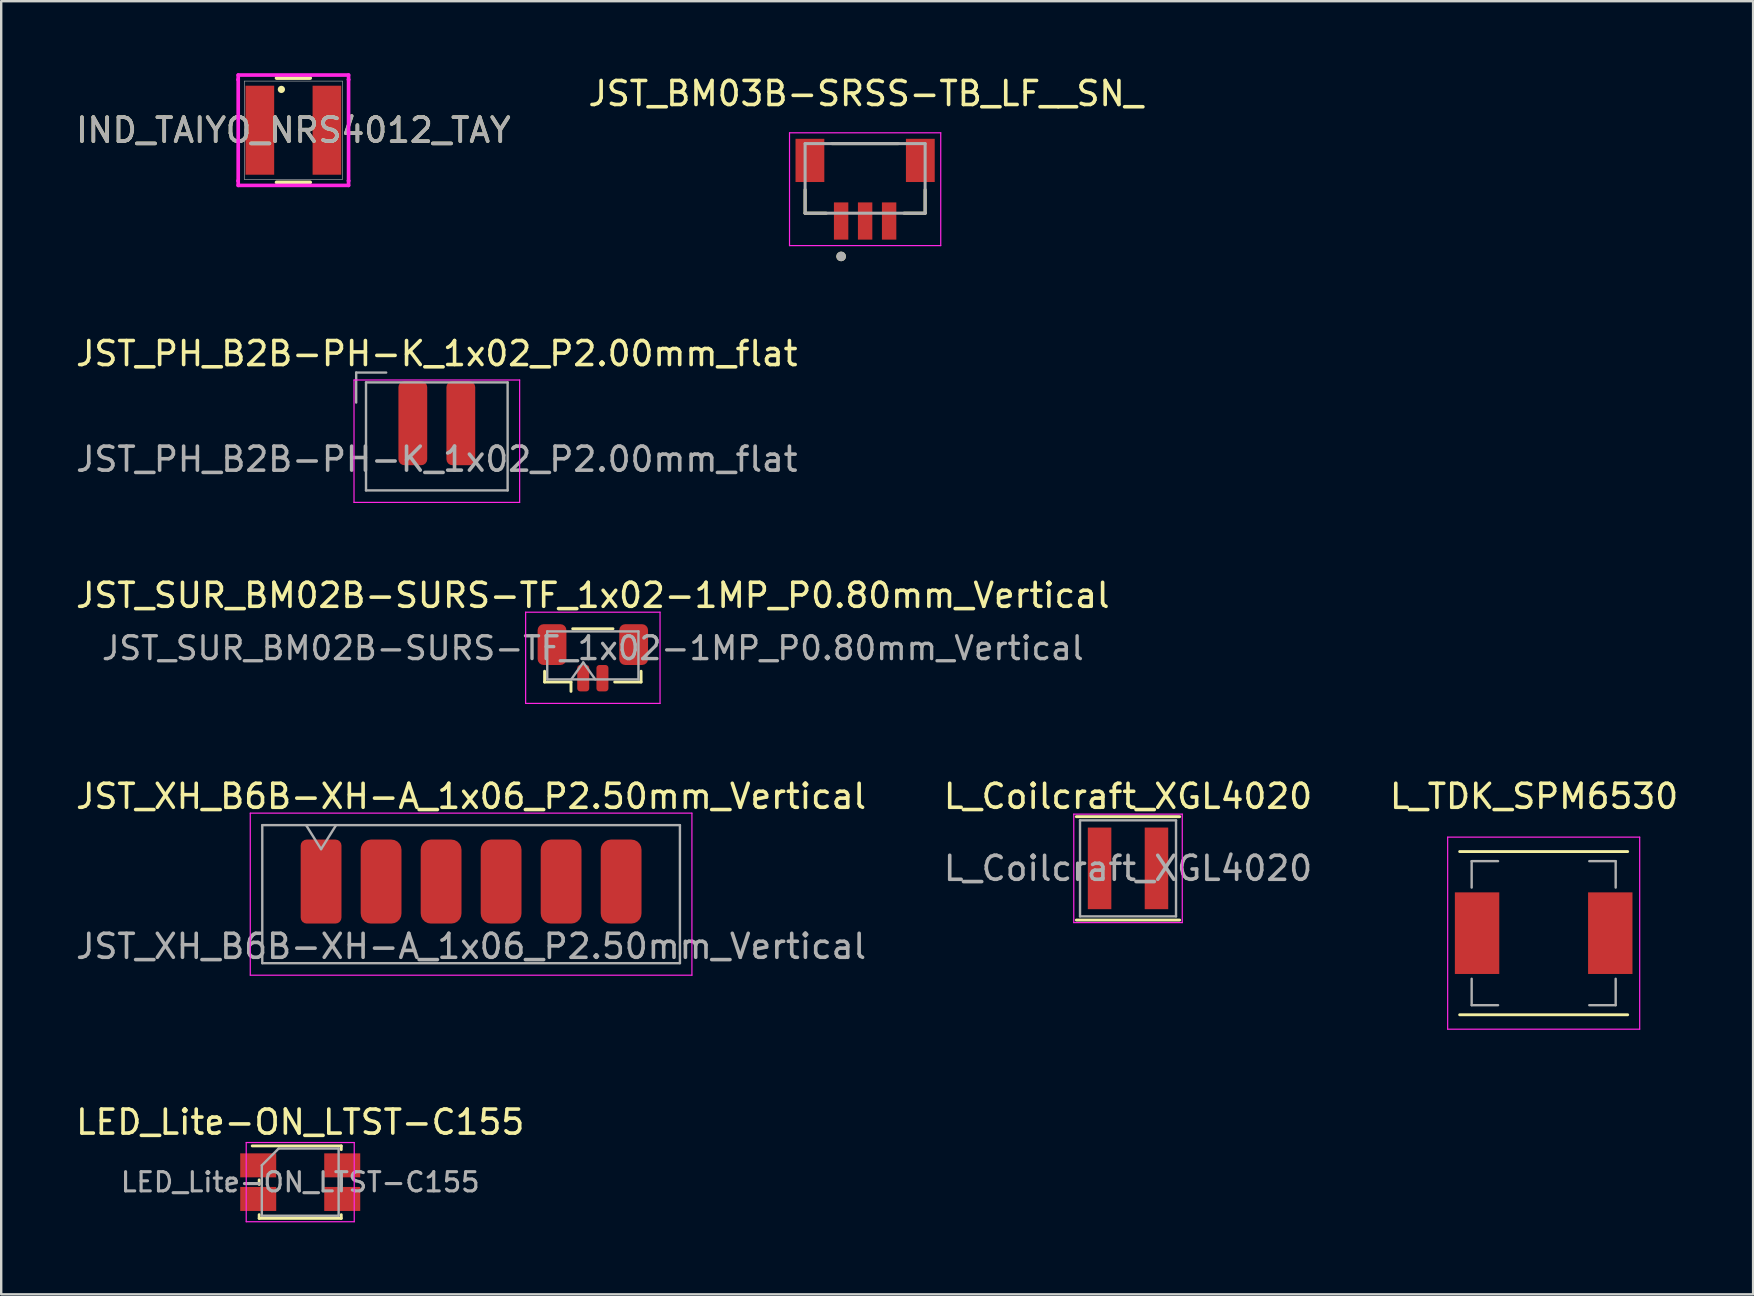
<source format=kicad_pcb>
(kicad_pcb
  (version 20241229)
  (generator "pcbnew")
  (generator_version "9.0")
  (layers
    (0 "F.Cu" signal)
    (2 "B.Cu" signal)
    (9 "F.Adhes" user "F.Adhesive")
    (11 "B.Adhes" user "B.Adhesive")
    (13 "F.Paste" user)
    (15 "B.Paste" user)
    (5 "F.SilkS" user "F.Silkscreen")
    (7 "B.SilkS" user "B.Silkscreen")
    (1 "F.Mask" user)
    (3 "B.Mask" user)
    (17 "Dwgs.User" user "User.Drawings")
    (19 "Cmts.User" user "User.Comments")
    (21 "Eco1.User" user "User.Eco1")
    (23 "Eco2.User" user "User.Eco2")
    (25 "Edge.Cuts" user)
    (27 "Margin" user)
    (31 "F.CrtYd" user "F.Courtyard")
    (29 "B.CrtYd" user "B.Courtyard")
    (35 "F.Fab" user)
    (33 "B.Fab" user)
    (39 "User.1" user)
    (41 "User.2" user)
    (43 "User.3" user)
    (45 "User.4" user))
  (footprint "L_TDK_SPM6530"
    (layer "F.Cu")
    (at 61.263 35.828)
    (property "Reference" "L_TDK_SPM6530" (at -0.4 -5.7 0) (unlocked yes) (layer "F.SilkS") (effects (font (size 1 1) (thickness 0.15))))
    (attr smd)
    (fp_line (start -3.5 -3.4) (end 3.5 -3.4) (stroke (width 0.12) (type solid)) (layer "F.SilkS"))
    (fp_line (start -3.5 3.4) (end 3.5 3.4) (stroke (width 0.12) (type solid)) (layer "F.SilkS"))
    (fp_line (start -4 -4) (end -4 4) (stroke (width 0.05) (type solid)) (layer "F.CrtYd"))
    (fp_line (start -4 4) (end 4 4) (stroke (width 0.05) (type solid)) (layer "F.CrtYd"))
    (fp_line (start 4 -4) (end -4 -4) (stroke (width 0.05) (type solid)) (layer "F.CrtYd"))
    (fp_line (start 4 4) (end 4 -4) (stroke (width 0.05) (type solid)) (layer "F.CrtYd"))
    (fp_line (start -3 -3) (end -1.9 -3) (stroke (width 0.1) (type solid)) (layer "F.Fab"))
    (fp_line (start -3 -1.9) (end -3 -3) (stroke (width 0.1) (type solid)) (layer "F.Fab"))
    (fp_line (start -3 1.9) (end -3 3) (stroke (width 0.1) (type solid)) (layer "F.Fab"))
    (fp_line (start -3 3) (end -1.9 3) (stroke (width 0.1) (type solid)) (layer "F.Fab"))
    (fp_line (start 3 -3) (end 1.9 -3) (stroke (width 0.1) (type solid)) (layer "F.Fab"))
    (fp_line (start 3 -3) (end 3 -1.9) (stroke (width 0.1) (type solid)) (layer "F.Fab"))
    (fp_line (start 3 1.9) (end 3 3) (stroke (width 0.1) (type solid)) (layer "F.Fab"))
    (fp_line (start 3 3) (end 1.9 3) (stroke (width 0.1) (type solid)) (layer "F.Fab"))
    (pad "1" smd rect (at -2.775 0) (size 1.85 3.4) (layers "F.Cu" "F.Mask" "F.Paste"))
    (pad "2" smd rect (at 2.775 0) (size 1.85 3.4) (layers "F.Cu" "F.Mask" "F.Paste")))
  (footprint "L_Coilcraft_XGL4020"
    (layer "F.Cu")
    (at 43.946 33.128)
    (property "Reference" "L_Coilcraft_XGL4020" (at 0 -3 0) (layer "F.SilkS") (effects (font (size 1 1) (thickness 0.15))))
    (attr smd)
    (fp_line (start -2.154 -2.154) (end 2.154 -2.154) (stroke (width 0.12) (type solid)) (layer "F.SilkS"))
    (fp_line (start 2.154 2.154) (end -2.154 2.154) (stroke (width 0.12) (type solid)) (layer "F.SilkS"))
    (fp_line (start -2.26 -2.26) (end 2.26 -2.26) (stroke (width 0.05) (type solid)) (layer "F.CrtYd"))
    (fp_line (start -2.26 2.26) (end -2.26 -2.26) (stroke (width 0.05) (type solid)) (layer "F.CrtYd"))
    (fp_line (start 2.26 -2.26) (end 2.26 2.26) (stroke (width 0.05) (type solid)) (layer "F.CrtYd"))
    (fp_line (start 2.26 2.26) (end -2.26 2.26) (stroke (width 0.05) (type solid)) (layer "F.CrtYd"))
    (fp_line (start -2 -2) (end 2 -2) (stroke (width 0.1) (type solid)) (layer "F.Fab"))
    (fp_line (start -2 2) (end -2 -2) (stroke (width 0.1) (type solid)) (layer "F.Fab"))
    (fp_line (start 2 -2) (end 2 2) (stroke (width 0.1) (type solid)) (layer "F.Fab"))
    (fp_line (start 2 2) (end -2 2) (stroke (width 0.1) (type solid)) (layer "F.Fab"))
    (fp_text user "${REFERENCE}" (at 0 0 0) (layer "F.Fab") (effects (font (size 1 1) (thickness 0.15))))
    (pad "1" smd rect (at -1.185 0) (size 0.98 3.4) (layers "F.Cu" "F.Mask" "F.Paste"))
    (pad "2" smd rect (at 1.185 0) (size 0.98 3.4) (layers "F.Cu" "F.Mask" "F.Paste")))
  (footprint "JST_BM03B-SRSS-TB_LF__SN_"
    (layer "F.Cu")
    (at 32.993 4.383)
    (property "Reference" "JST_BM03B-SRSS-TB_LF__SN_" (at 0.025 -3.535 0) (layer "F.SilkS") (effects (font (size 1 1) (thickness 0.15))))
    (attr smd)
    (fp_line (start -2.5 1.45) (end -2.5 0.47) (stroke (width 0.127) (type solid)) (layer "F.SilkS"))
    (fp_line (start -1.62 1.45) (end -2.5 1.45) (stroke (width 0.127) (type solid)) (layer "F.SilkS"))
    (fp_line (start -1.38 -1.45) (end 1.38 -1.45) (stroke (width 0.127) (type solid)) (layer "F.SilkS"))
    (fp_line (start 2.5 1.45) (end 1.62 1.45) (stroke (width 0.127) (type solid)) (layer "F.SilkS"))
    (fp_line (start 2.5 1.45) (end 2.5 0.47) (stroke (width 0.127) (type solid)) (layer "F.SilkS"))
    (fp_circle (center -1 3.25) (end -0.9 3.25) (stroke (width 0.2) (type solid)) (fill no) (layer "F.SilkS"))
    (fp_line (start -3.15 -1.9) (end -3.15 2.8) (stroke (width 0.05) (type solid)) (layer "F.CrtYd"))
    (fp_line (start -3.15 2.8) (end 3.15 2.8) (stroke (width 0.05) (type solid)) (layer "F.CrtYd"))
    (fp_line (start 3.15 -1.9) (end -3.15 -1.9) (stroke (width 0.05) (type solid)) (layer "F.CrtYd"))
    (fp_line (start 3.15 2.8) (end 3.15 -1.9) (stroke (width 0.05) (type solid)) (layer "F.CrtYd"))
    (fp_line (start -2.5 -1.45) (end 2.5 -1.45) (stroke (width 0.127) (type solid)) (layer "F.Fab"))
    (fp_line (start -2.5 1.45) (end -2.5 -1.45) (stroke (width 0.127) (type solid)) (layer "F.Fab"))
    (fp_line (start 2.5 -1.45) (end 2.5 1.45) (stroke (width 0.127) (type solid)) (layer "F.Fab"))
    (fp_line (start 2.5 1.45) (end -2.5 1.45) (stroke (width 0.127) (type solid)) (layer "F.Fab"))
    (fp_circle (center -1 3.25) (end -0.9 3.25) (stroke (width 0.2) (type solid)) (fill no) (layer "F.Fab"))
    (pad "1" smd rect (at -1 1.775) (size 0.6 1.55) (layers "F.Cu" "F.Mask" "F.Paste"))
    (pad "2" smd rect (at 0 1.775) (size 0.6 1.55) (layers "F.Cu" "F.Mask" "F.Paste"))
    (pad "3" smd rect (at 1 1.775) (size 0.6 1.55) (layers "F.Cu" "F.Mask" "F.Paste"))
    (pad "S1" smd rect (at -2.3 -0.75) (size 1.2 1.8) (layers "F.Cu" "F.Mask" "F.Paste"))
    (pad "S2" smd rect (at 2.3 -0.75) (size 1.2 1.8) (layers "F.Cu" "F.Mask" "F.Paste")))
  (footprint "LED_Lite-ON_LTST-C155"
    (layer "F.Cu")
    (at 9.458 46.201)
    (property "Reference" "LED_Lite-ON_LTST-C155" (at 0 -2.5 0) (layer "F.SilkS") (effects (font (size 1 1) (thickness 0.15))))
    (attr smd)
    (fp_line (start -2 -1.51) (end 1.71 -1.51) (stroke (width 0.12) (type solid)) (layer "F.SilkS"))
    (fp_line (start -1.71 -0.095) (end -1.71 0.095) (stroke (width 0.12) (type solid)) (layer "F.SilkS"))
    (fp_line (start -1.71 1.355) (end -1.71 1.51) (stroke (width 0.12) (type solid)) (layer "F.SilkS"))
    (fp_line (start -1.71 1.51) (end 1.71 1.51) (stroke (width 0.12) (type solid)) (layer "F.SilkS"))
    (fp_line (start 1.71 -1.355) (end 1.71 -1.51) (stroke (width 0.12) (type solid)) (layer "F.SilkS"))
    (fp_line (start 1.71 -0.095) (end 1.71 0.095) (stroke (width 0.12) (type solid)) (layer "F.SilkS"))
    (fp_line (start 1.71 1.355) (end 1.71 1.51) (stroke (width 0.12) (type solid)) (layer "F.SilkS"))
    (fp_line (start -2.25 -1.65) (end -2.25 1.65) (stroke (width 0.05) (type solid)) (layer "F.CrtYd"))
    (fp_line (start -2.25 -1.65) (end 2.25 -1.65) (stroke (width 0.05) (type solid)) (layer "F.CrtYd"))
    (fp_line (start -2.25 1.65) (end 2.25 1.65) (stroke (width 0.05) (type solid)) (layer "F.CrtYd"))
    (fp_line (start 2.25 -1.65) (end 2.25 1.65) (stroke (width 0.05) (type solid)) (layer "F.CrtYd"))
    (fp_line (start -1.6 1.4) (end -1.6 -0.7) (stroke (width 0.1) (type solid)) (layer "F.Fab"))
    (fp_line (start -0.9 -1.4) (end -1.6 -0.7) (stroke (width 0.1) (type solid)) (layer "F.Fab"))
    (fp_line (start -0.9 -1.4) (end 1.6 -1.4) (stroke (width 0.1) (type solid)) (layer "F.Fab"))
    (fp_line (start 1.6 -1.4) (end 1.6 1.4) (stroke (width 0.1) (type solid)) (layer "F.Fab"))
    (fp_line (start 1.6 1.4) (end -1.6 1.4) (stroke (width 0.1) (type solid)) (layer "F.Fab"))
    (fp_text user "${REFERENCE}" (at 0 0 0) (layer "F.Fab") (effects (font (size 0.8 0.8) (thickness 0.13))))
    (fp_text user "G" (at 0 -0.7 0) (unlocked yes) (layer "User.1") (effects (font (size 1 1) (thickness 0.15))))
    (fp_text user "R" (at 0 0.8 0) (unlocked yes) (layer "User.1") (effects (font (size 1 1) (thickness 0.15))))
    (pad "1" smd rect (at -1.75 -0.7) (size 1.5 1) (layers "F.Cu" "F.Mask" "F.Paste"))
    (pad "2" smd rect (at -1.75 0.7) (size 1.5 1) (layers "F.Cu" "F.Mask" "F.Paste"))
    (pad "3" smd rect (at 1.75 -0.7) (size 1.5 1) (layers "F.Cu" "F.Mask" "F.Paste"))
    (pad "4" smd rect (at 1.75 0.7) (size 1.5 1) (layers "F.Cu" "F.Mask" "F.Paste")))
  (footprint "IND_TAIYO_NRS4012_TAY"
    (layer "F.Cu")
    (at 9.173 2.375)
    (property "Reference" "IND_TAIYO_NRS4012_TAY" (at 0 0 0) (unlocked yes) (layer "F.SilkS") (effects (font (size 1 1) (thickness 0.15))))
    (attr smd)
    (fp_line (start -0.701 2.172) (end 0.701 2.172) (stroke (width 0.152) (type solid)) (layer "F.SilkS"))
    (fp_line (start 0.701 -2.172) (end -0.701 -2.172) (stroke (width 0.152) (type solid)) (layer "F.SilkS"))
    (fp_circle (center -0.5 -1.7) (end -0.424 -1.7) (stroke (width 0.152) (type solid)) (fill no) (layer "F.SilkS"))
    (fp_line (start -2.299 -2.299) (end 2.299 -2.299) (stroke (width 0.152) (type solid)) (layer "F.CrtYd"))
    (fp_line (start -2.299 -2.108) (end -2.299 -2.299) (stroke (width 0.152) (type solid)) (layer "F.CrtYd"))
    (fp_line (start -2.299 -2.108) (end -2.299 -2.108) (stroke (width 0.152) (type solid)) (layer "F.CrtYd"))
    (fp_line (start -2.299 2.108) (end -2.299 -2.108) (stroke (width 0.152) (type solid)) (layer "F.CrtYd"))
    (fp_line (start -2.299 2.108) (end -2.299 2.108) (stroke (width 0.152) (type solid)) (layer "F.CrtYd"))
    (fp_line (start -2.299 2.299) (end -2.299 2.108) (stroke (width 0.152) (type solid)) (layer "F.CrtYd"))
    (fp_line (start 2.299 -2.299) (end 2.299 -2.108) (stroke (width 0.152) (type solid)) (layer "F.CrtYd"))
    (fp_line (start 2.299 -2.108) (end 2.299 -2.108) (stroke (width 0.152) (type solid)) (layer "F.CrtYd"))
    (fp_line (start 2.299 -2.108) (end 2.299 2.108) (stroke (width 0.152) (type solid)) (layer "F.CrtYd"))
    (fp_line (start 2.299 2.108) (end 2.299 2.108) (stroke (width 0.152) (type solid)) (layer "F.CrtYd"))
    (fp_line (start 2.299 2.108) (end 2.299 2.299) (stroke (width 0.152) (type solid)) (layer "F.CrtYd"))
    (fp_line (start 2.299 2.299) (end -2.299 2.299) (stroke (width 0.152) (type solid)) (layer "F.CrtYd"))
    (fp_line (start -2.045 -2.045) (end -2.045 2.045) (stroke (width 0.025) (type solid)) (layer "F.Fab"))
    (fp_line (start -2.045 2.045) (end 2.045 2.045) (stroke (width 0.025) (type solid)) (layer "F.Fab"))
    (fp_line (start 2.045 -2.045) (end -2.045 -2.045) (stroke (width 0.025) (type solid)) (layer "F.Fab"))
    (fp_line (start 2.045 2.045) (end 2.045 -2.045) (stroke (width 0.025) (type solid)) (layer "F.Fab"))
    (fp_circle (center -1.968 0) (end -1.892 0) (stroke (width 0.025) (type solid)) (fill no) (layer "F.Fab"))
    (fp_text user "${REFERENCE}" (at 0 0 0) (unlocked yes) (layer "F.Fab") (effects (font (size 1 1) (thickness 0.15))))
    (pad "1" smd rect (at -1.397 0) (size 1.194 3.708) (layers "F.Cu" "F.Mask" "F.Paste"))
    (pad "2" smd rect (at 1.397 0) (size 1.194 3.708) (layers "F.Cu" "F.Mask" "F.Paste")))
  (footprint "JST_XH_B6B-XH-A_1x06_P2.50mm_Vertical"
    (layer "F.Cu")
    (at 10.327 33.678)
    (property "Reference" "JST_XH_B6B-XH-A_1x06_P2.50mm_Vertical" (at 6.25 -3.55 0) (layer "F.SilkS") (effects (font (size 1 1) (thickness 0.15))))
    (attr through_hole)
    (fp_line (start -2.95 -2.85) (end -2.95 3.9) (stroke (width 0.05) (type solid)) (layer "F.CrtYd"))
    (fp_line (start -2.95 3.9) (end 15.45 3.9) (stroke (width 0.05) (type solid)) (layer "F.CrtYd"))
    (fp_line (start 15.45 -2.85) (end -2.95 -2.85) (stroke (width 0.05) (type solid)) (layer "F.CrtYd"))
    (fp_line (start 15.45 3.9) (end 15.45 -2.85) (stroke (width 0.05) (type solid)) (layer "F.CrtYd"))
    (fp_line (start -2.45 -2.35) (end -2.45 3.4) (stroke (width 0.1) (type solid)) (layer "F.Fab"))
    (fp_line (start -2.45 3.4) (end 14.95 3.4) (stroke (width 0.1) (type solid)) (layer "F.Fab"))
    (fp_line (start -0.625 -2.35) (end 0 -1.35) (stroke (width 0.1) (type solid)) (layer "F.Fab"))
    (fp_line (start 0 -1.35) (end 0.625 -2.35) (stroke (width 0.1) (type solid)) (layer "F.Fab"))
    (fp_line (start 14.95 -2.35) (end -2.45 -2.35) (stroke (width 0.1) (type solid)) (layer "F.Fab"))
    (fp_line (start 14.95 3.4) (end 14.95 -2.35) (stroke (width 0.1) (type solid)) (layer "F.Fab"))
    (fp_text user "${REFERENCE}" (at 6.25 2.7 0) (layer "F.Fab") (effects (font (size 1 1) (thickness 0.15))))
    (pad "1" smd roundrect (at 0 0) (size 1.7 3.5) (layers "F.Cu" "F.Mask" "F.Paste") (roundrect_rratio 0.147))
    (pad "2" smd roundrect (at 2.5 0) (size 1.7 3.5) (layers "F.Cu" "F.Mask" "F.Paste") (roundrect_rratio 0.25))
    (pad "3" smd roundrect (at 5 0) (size 1.7 3.5) (layers "F.Cu" "F.Mask" "F.Paste") (roundrect_rratio 0.25))
    (pad "4" smd roundrect (at 7.5 0) (size 1.7 3.5) (layers "F.Cu" "F.Mask" "F.Paste") (roundrect_rratio 0.25))
    (pad "5" smd roundrect (at 10 0) (size 1.7 3.5) (layers "F.Cu" "F.Mask" "F.Paste") (roundrect_rratio 0.25))
    (pad "6" smd roundrect (at 12.5 0) (size 1.7 3.5) (layers "F.Cu" "F.Mask" "F.Paste") (roundrect_rratio 0.25)))
  (footprint "JST_PH_B2B-PH-K_1x02_P2.00mm_flat"
    (layer "F.Cu")
    (at 14.149 14.582)
    (property "Reference" "JST_PH_B2B-PH-K_1x02_P2.00mm_flat" (at 1 -2.9 0) (layer "F.SilkS") (effects (font (size 1 1) (thickness 0.15))))
    (attr through_hole)
    (fp_line (start -2.45 -1.8) (end -2.45 3.3) (stroke (width 0.05) (type solid)) (layer "F.CrtYd"))
    (fp_line (start -2.45 3.3) (end 4.45 3.3) (stroke (width 0.05) (type solid)) (layer "F.CrtYd"))
    (fp_line (start 4.45 -1.8) (end -2.45 -1.8) (stroke (width 0.05) (type solid)) (layer "F.CrtYd"))
    (fp_line (start 4.45 3.3) (end 4.45 -1.8) (stroke (width 0.05) (type solid)) (layer "F.CrtYd"))
    (fp_line (start -2.36 -2.11) (end -2.36 -0.86) (stroke (width 0.1) (type solid)) (layer "F.Fab"))
    (fp_line (start -1.95 -1.7) (end -1.95 2.8) (stroke (width 0.1) (type solid)) (layer "F.Fab"))
    (fp_line (start -1.95 2.8) (end 3.95 2.8) (stroke (width 0.1) (type solid)) (layer "F.Fab"))
    (fp_line (start -1.11 -2.11) (end -2.36 -2.11) (stroke (width 0.1) (type solid)) (layer "F.Fab"))
    (fp_line (start 3.95 -1.7) (end -1.95 -1.7) (stroke (width 0.1) (type solid)) (layer "F.Fab"))
    (fp_line (start 3.95 2.8) (end 3.95 -1.7) (stroke (width 0.1) (type solid)) (layer "F.Fab"))
    (fp_text user "${REFERENCE}" (at 1 1.5 0) (layer "F.Fab") (effects (font (size 1 1) (thickness 0.15))))
    (pad "1" smd roundrect (at 0 0) (size 1.2 3.5) (layers "F.Cu" "F.Mask" "F.Paste") (roundrect_rratio 0.208))
    (pad "2" smd roundrect (at 2 0) (size 1.2 3.5) (layers "F.Cu" "F.Mask" "F.Paste") (roundrect_rratio 0.208)))
  (footprint "JST_SUR_BM02B-SURS-TF_1x02-1MP_P0.80mm_Vertical"
    (layer "F.Cu")
    (at 21.649 24.355)
    (property "Reference" "JST_SUR_BM02B-SURS-TF_1x02-1MP_P0.80mm_Vertical" (at 0 -2.6 0) (layer "F.SilkS") (effects (font (size 1 1) (thickness 0.15))))
    (attr smd)
    (fp_line (start -2.01 0.56) (end -2.01 1.01) (stroke (width 0.12) (type solid)) (layer "F.SilkS"))
    (fp_line (start -2.01 1.01) (end -0.91 1.01) (stroke (width 0.12) (type solid)) (layer "F.SilkS"))
    (fp_line (start -0.91 1.01) (end -0.91 1.4) (stroke (width 0.12) (type solid)) (layer "F.SilkS"))
    (fp_line (start -0.84 -1.21) (end 0.84 -1.21) (stroke (width 0.12) (type solid)) (layer "F.SilkS"))
    (fp_line (start 2.01 0.56) (end 2.01 1.01) (stroke (width 0.12) (type solid)) (layer "F.SilkS"))
    (fp_line (start 2.01 1.01) (end 0.91 1.01) (stroke (width 0.12) (type solid)) (layer "F.SilkS"))
    (fp_line (start -2.8 -1.9) (end -2.8 1.9) (stroke (width 0.05) (type solid)) (layer "F.CrtYd"))
    (fp_line (start -2.8 1.9) (end 2.8 1.9) (stroke (width 0.05) (type solid)) (layer "F.CrtYd"))
    (fp_line (start 2.8 -1.9) (end -2.8 -1.9) (stroke (width 0.05) (type solid)) (layer "F.CrtYd"))
    (fp_line (start 2.8 1.9) (end 2.8 -1.9) (stroke (width 0.05) (type solid)) (layer "F.CrtYd"))
    (fp_line (start -1.9 -1.1) (end 1.9 -1.1) (stroke (width 0.1) (type solid)) (layer "F.Fab"))
    (fp_line (start -1.9 0.9) (end -1.9 -1.1) (stroke (width 0.1) (type solid)) (layer "F.Fab"))
    (fp_line (start -1.9 0.9) (end 1.9 0.9) (stroke (width 0.1) (type solid)) (layer "F.Fab"))
    (fp_line (start -0.9 0.9) (end -0.4 0.193) (stroke (width 0.1) (type solid)) (layer "F.Fab"))
    (fp_line (start -0.4 0.193) (end 0.1 0.9) (stroke (width 0.1) (type solid)) (layer "F.Fab"))
    (fp_line (start 1.9 0.9) (end 1.9 -1.1) (stroke (width 0.1) (type solid)) (layer "F.Fab"))
    (fp_text user "${REFERENCE}" (at 0 -0.4 0) (layer "F.Fab") (effects (font (size 0.95 0.95) (thickness 0.14))))
    (pad "1" smd roundrect (at -0.4 0.85) (size 0.5 1.1) (layers "F.Cu" "F.Mask" "F.Paste") (roundrect_rratio 0.25))
    (pad "2" smd roundrect (at 0.4 0.85) (size 0.5 1.1) (layers "F.Cu" "F.Mask" "F.Paste") (roundrect_rratio 0.25))
    (pad "MP" smd roundrect (at -1.7 -0.55) (size 1.2 1.7) (layers "F.Cu" "F.Mask" "F.Paste") (roundrect_rratio 0.208))
    (pad "MP" smd roundrect (at 1.7 -0.55) (size 1.2 1.7) (layers "F.Cu" "F.Mask" "F.Paste") (roundrect_rratio 0.208)))
  (gr_rect
    (start -3 -3)
    (end 69.988 50.876)
    (stroke (width 0.1) (type default))
    (fill no)
    (layer "Edge.Cuts")))
</source>
